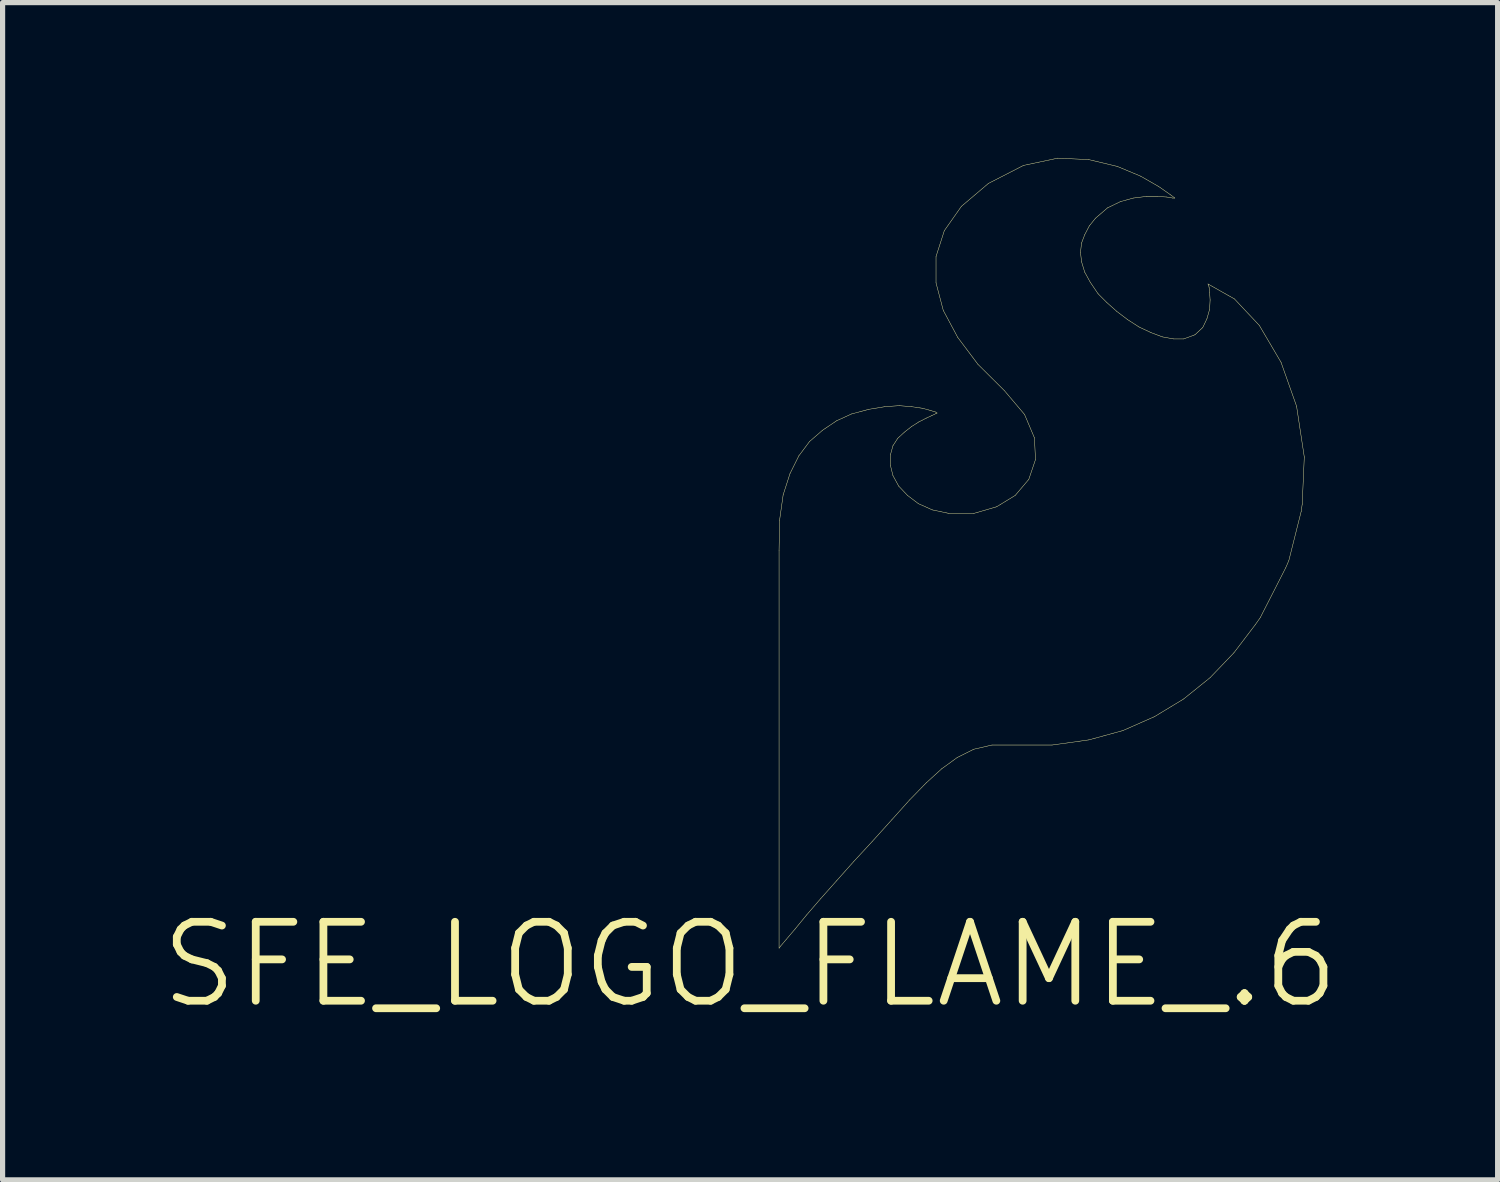
<source format=kicad_pcb>
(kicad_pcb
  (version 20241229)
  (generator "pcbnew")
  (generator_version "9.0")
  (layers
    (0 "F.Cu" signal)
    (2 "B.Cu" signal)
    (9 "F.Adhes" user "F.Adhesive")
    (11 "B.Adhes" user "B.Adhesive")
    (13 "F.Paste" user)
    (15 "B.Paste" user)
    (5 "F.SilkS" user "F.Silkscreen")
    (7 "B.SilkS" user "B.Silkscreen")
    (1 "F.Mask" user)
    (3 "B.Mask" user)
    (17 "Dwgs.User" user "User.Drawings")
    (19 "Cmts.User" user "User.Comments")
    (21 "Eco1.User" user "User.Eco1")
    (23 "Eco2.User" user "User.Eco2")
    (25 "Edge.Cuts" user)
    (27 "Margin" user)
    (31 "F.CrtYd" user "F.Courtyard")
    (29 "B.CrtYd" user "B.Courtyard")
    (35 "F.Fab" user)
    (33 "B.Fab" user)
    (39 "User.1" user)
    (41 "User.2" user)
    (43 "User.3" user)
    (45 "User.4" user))
  (footprint "SFE_LOGO_FLAME_.6"
    (layer "F.Cu")
    (at 11.43 15.571)
    (property "Reference" "SFE_LOGO_FLAME_.6" (at 0 0 0) (layer "F.SilkS") (effects (font (size 1.524 1.524) (thickness 0.15))))
    (attr exclude_from_pos_files exclude_from_bom)
    (fp_line (start 0.559 -7.998) (end 0.559 -0.318) (stroke (width 0.008) (type solid)) (layer "F.SilkS"))
    (fp_line (start 0.559 -0.318) (end 0.589 -0.358) (stroke (width 0.008) (type solid)) (layer "F.SilkS"))
    (fp_line (start 0.569 -8.578) (end 0.559 -7.998) (stroke (width 0.008) (type solid)) (layer "F.SilkS"))
    (fp_line (start 0.589 -0.358) (end 0.699 -0.488) (stroke (width 0.008) (type solid)) (layer "F.SilkS"))
    (fp_line (start 0.638 -9.068) (end 0.569 -8.578) (stroke (width 0.008) (type solid)) (layer "F.SilkS"))
    (fp_line (start 0.699 -0.488) (end 0.869 -0.688) (stroke (width 0.008) (type solid)) (layer "F.SilkS"))
    (fp_line (start 0.77 -9.479) (end 0.638 -9.068) (stroke (width 0.008) (type solid)) (layer "F.SilkS"))
    (fp_line (start 0.869 -0.688) (end 1.09 -0.958) (stroke (width 0.008) (type solid)) (layer "F.SilkS"))
    (fp_line (start 0.94 -9.82) (end 0.77 -9.479) (stroke (width 0.008) (type solid)) (layer "F.SilkS"))
    (fp_line (start 1.09 -0.958) (end 1.359 -1.27) (stroke (width 0.008) (type solid)) (layer "F.SilkS"))
    (fp_line (start 1.148 -10.099) (end 0.94 -9.82) (stroke (width 0.008) (type solid)) (layer "F.SilkS"))
    (fp_line (start 1.359 -1.27) (end 1.669 -1.618) (stroke (width 0.008) (type solid)) (layer "F.SilkS"))
    (fp_line (start 1.4 -10.317) (end 1.148 -10.099) (stroke (width 0.008) (type solid)) (layer "F.SilkS"))
    (fp_line (start 1.669 -10.498) (end 1.4 -10.317) (stroke (width 0.008) (type solid)) (layer "F.SilkS"))
    (fp_line (start 1.669 -1.618) (end 1.999 -1.989) (stroke (width 0.008) (type solid)) (layer "F.SilkS"))
    (fp_line (start 1.958 -10.63) (end 1.669 -10.498) (stroke (width 0.008) (type solid)) (layer "F.SilkS"))
    (fp_line (start 1.999 -1.989) (end 2.36 -2.38) (stroke (width 0.008) (type solid)) (layer "F.SilkS"))
    (fp_line (start 2.289 -10.719) (end 1.958 -10.63) (stroke (width 0.008) (type solid)) (layer "F.SilkS"))
    (fp_line (start 2.36 -2.38) (end 2.738 -2.799) (stroke (width 0.008) (type solid)) (layer "F.SilkS"))
    (fp_line (start 2.598 -10.77) (end 2.289 -10.719) (stroke (width 0.008) (type solid)) (layer "F.SilkS"))
    (fp_line (start 2.708 -9.84) (end 2.758 -10.018) (stroke (width 0.008) (type solid)) (layer "F.SilkS"))
    (fp_line (start 2.708 -9.639) (end 2.708 -9.84) (stroke (width 0.008) (type solid)) (layer "F.SilkS"))
    (fp_line (start 2.738 -2.799) (end 3.078 -3.178) (stroke (width 0.008) (type solid)) (layer "F.SilkS"))
    (fp_line (start 2.758 -10.018) (end 2.85 -10.16) (stroke (width 0.008) (type solid)) (layer "F.SilkS"))
    (fp_line (start 2.758 -9.439) (end 2.708 -9.639) (stroke (width 0.008) (type solid)) (layer "F.SilkS"))
    (fp_line (start 2.85 -10.16) (end 2.979 -10.279) (stroke (width 0.008) (type solid)) (layer "F.SilkS"))
    (fp_line (start 2.868 -9.238) (end 2.758 -9.439) (stroke (width 0.008) (type solid)) (layer "F.SilkS"))
    (fp_line (start 2.878 -10.79) (end 2.598 -10.77) (stroke (width 0.008) (type solid)) (layer "F.SilkS"))
    (fp_line (start 2.979 -10.279) (end 3.119 -10.389) (stroke (width 0.008) (type solid)) (layer "F.SilkS"))
    (fp_line (start 3.038 -9.058) (end 2.868 -9.238) (stroke (width 0.008) (type solid)) (layer "F.SilkS"))
    (fp_line (start 3.078 -3.178) (end 3.399 -3.508) (stroke (width 0.008) (type solid)) (layer "F.SilkS"))
    (fp_line (start 3.119 -10.77) (end 2.878 -10.79) (stroke (width 0.008) (type solid)) (layer "F.SilkS"))
    (fp_line (start 3.119 -10.389) (end 3.259 -10.477) (stroke (width 0.008) (type solid)) (layer "F.SilkS"))
    (fp_line (start 3.249 -8.898) (end 3.038 -9.058) (stroke (width 0.008) (type solid)) (layer "F.SilkS"))
    (fp_line (start 3.259 -10.477) (end 3.399 -10.549) (stroke (width 0.008) (type solid)) (layer "F.SilkS"))
    (fp_line (start 3.33 -10.739) (end 3.119 -10.77) (stroke (width 0.008) (type solid)) (layer "F.SilkS"))
    (fp_line (start 3.399 -10.549) (end 3.508 -10.599) (stroke (width 0.008) (type solid)) (layer "F.SilkS"))
    (fp_line (start 3.399 -3.508) (end 3.698 -3.78) (stroke (width 0.008) (type solid)) (layer "F.SilkS"))
    (fp_line (start 3.48 -10.698) (end 3.33 -10.739) (stroke (width 0.008) (type solid)) (layer "F.SilkS"))
    (fp_line (start 3.508 -10.599) (end 3.589 -10.638) (stroke (width 0.008) (type solid)) (layer "F.SilkS"))
    (fp_line (start 3.518 -8.778) (end 3.249 -8.898) (stroke (width 0.008) (type solid)) (layer "F.SilkS"))
    (fp_line (start 3.579 -10.668) (end 3.48 -10.698) (stroke (width 0.008) (type solid)) (layer "F.SilkS"))
    (fp_line (start 3.589 -13.668) (end 3.589 -13.16) (stroke (width 0.008) (type solid)) (layer "F.SilkS"))
    (fp_line (start 3.589 -13.16) (end 3.729 -12.629) (stroke (width 0.008) (type solid)) (layer "F.SilkS"))
    (fp_line (start 3.589 -10.638) (end 3.609 -10.648) (stroke (width 0.008) (type solid)) (layer "F.SilkS"))
    (fp_line (start 3.609 -10.648) (end 3.579 -10.668) (stroke (width 0.008) (type solid)) (layer "F.SilkS"))
    (fp_line (start 3.698 -3.78) (end 3.998 -3.998) (stroke (width 0.008) (type solid)) (layer "F.SilkS"))
    (fp_line (start 3.729 -12.629) (end 4.008 -12.108) (stroke (width 0.008) (type solid)) (layer "F.SilkS"))
    (fp_line (start 3.749 -14.168) (end 3.589 -13.668) (stroke (width 0.008) (type solid)) (layer "F.SilkS"))
    (fp_line (start 3.838 -8.71) (end 3.518 -8.778) (stroke (width 0.008) (type solid)) (layer "F.SilkS"))
    (fp_line (start 3.998 -3.998) (end 4.318 -4.158) (stroke (width 0.008) (type solid)) (layer "F.SilkS"))
    (fp_line (start 4.008 -12.108) (end 4.399 -11.587) (stroke (width 0.008) (type solid)) (layer "F.SilkS"))
    (fp_line (start 4.079 -14.638) (end 3.749 -14.168) (stroke (width 0.008) (type solid)) (layer "F.SilkS"))
    (fp_line (start 4.318 -8.71) (end 3.838 -8.71) (stroke (width 0.008) (type solid)) (layer "F.SilkS"))
    (fp_line (start 4.318 -4.158) (end 4.669 -4.239) (stroke (width 0.008) (type solid)) (layer "F.SilkS"))
    (fp_line (start 4.399 -11.587) (end 4.91 -11.079) (stroke (width 0.008) (type solid)) (layer "F.SilkS"))
    (fp_line (start 4.6 -15.08) (end 4.079 -14.638) (stroke (width 0.008) (type solid)) (layer "F.SilkS"))
    (fp_line (start 4.669 -4.239) (end 5.829 -4.239) (stroke (width 0.008) (type solid)) (layer "F.SilkS"))
    (fp_line (start 4.76 -8.839) (end 4.318 -8.71) (stroke (width 0.008) (type solid)) (layer "F.SilkS"))
    (fp_line (start 4.91 -11.079) (end 5.298 -10.62) (stroke (width 0.008) (type solid)) (layer "F.SilkS"))
    (fp_line (start 5.118 -9.058) (end 4.76 -8.839) (stroke (width 0.008) (type solid)) (layer "F.SilkS"))
    (fp_line (start 5.278 -15.428) (end 4.6 -15.08) (stroke (width 0.008) (type solid)) (layer "F.SilkS"))
    (fp_line (start 5.298 -10.62) (end 5.489 -10.168) (stroke (width 0.008) (type solid)) (layer "F.SilkS"))
    (fp_line (start 5.38 -9.368) (end 5.118 -9.058) (stroke (width 0.008) (type solid)) (layer "F.SilkS"))
    (fp_line (start 5.489 -10.168) (end 5.509 -9.749) (stroke (width 0.008) (type solid)) (layer "F.SilkS"))
    (fp_line (start 5.509 -9.749) (end 5.38 -9.368) (stroke (width 0.008) (type solid)) (layer "F.SilkS"))
    (fp_line (start 5.829 -4.239) (end 6.538 -4.338) (stroke (width 0.008) (type solid)) (layer "F.SilkS"))
    (fp_line (start 5.939 -15.568) (end 5.278 -15.428) (stroke (width 0.008) (type solid)) (layer "F.SilkS"))
    (fp_line (start 6.378 -13.749) (end 6.398 -13.929) (stroke (width 0.008) (type solid)) (layer "F.SilkS"))
    (fp_line (start 6.398 -13.929) (end 6.459 -14.089) (stroke (width 0.008) (type solid)) (layer "F.SilkS"))
    (fp_line (start 6.398 -13.569) (end 6.378 -13.749) (stroke (width 0.008) (type solid)) (layer "F.SilkS"))
    (fp_line (start 6.459 -14.089) (end 6.548 -14.26) (stroke (width 0.008) (type solid)) (layer "F.SilkS"))
    (fp_line (start 6.459 -13.368) (end 6.398 -13.569) (stroke (width 0.008) (type solid)) (layer "F.SilkS"))
    (fp_line (start 6.538 -15.54) (end 5.939 -15.568) (stroke (width 0.008) (type solid)) (layer "F.SilkS"))
    (fp_line (start 6.538 -4.338) (end 7.198 -4.519) (stroke (width 0.008) (type solid)) (layer "F.SilkS"))
    (fp_line (start 6.548 -14.26) (end 6.668 -14.409) (stroke (width 0.008) (type solid)) (layer "F.SilkS"))
    (fp_line (start 6.568 -13.17) (end 6.459 -13.368) (stroke (width 0.008) (type solid)) (layer "F.SilkS"))
    (fp_line (start 6.668 -14.409) (end 6.899 -14.608) (stroke (width 0.008) (type solid)) (layer "F.SilkS"))
    (fp_line (start 6.718 -12.949) (end 6.568 -13.17) (stroke (width 0.008) (type solid)) (layer "F.SilkS"))
    (fp_line (start 6.888 -12.779) (end 6.718 -12.949) (stroke (width 0.008) (type solid)) (layer "F.SilkS"))
    (fp_line (start 6.899 -14.608) (end 7.148 -14.729) (stroke (width 0.008) (type solid)) (layer "F.SilkS"))
    (fp_line (start 7.079 -12.609) (end 6.888 -12.779) (stroke (width 0.008) (type solid)) (layer "F.SilkS"))
    (fp_line (start 7.089 -15.408) (end 6.538 -15.54) (stroke (width 0.008) (type solid)) (layer "F.SilkS"))
    (fp_line (start 7.148 -14.729) (end 7.399 -14.798) (stroke (width 0.008) (type solid)) (layer "F.SilkS"))
    (fp_line (start 7.198 -4.519) (end 7.808 -4.788) (stroke (width 0.008) (type solid)) (layer "F.SilkS"))
    (fp_line (start 7.29 -12.449) (end 7.079 -12.609) (stroke (width 0.008) (type solid)) (layer "F.SilkS"))
    (fp_line (start 7.399 -14.798) (end 7.648 -14.829) (stroke (width 0.008) (type solid)) (layer "F.SilkS"))
    (fp_line (start 7.508 -12.309) (end 7.29 -12.449) (stroke (width 0.008) (type solid)) (layer "F.SilkS"))
    (fp_line (start 7.539 -15.22) (end 7.089 -15.408) (stroke (width 0.008) (type solid)) (layer "F.SilkS"))
    (fp_line (start 7.648 -14.829) (end 7.859 -14.829) (stroke (width 0.008) (type solid)) (layer "F.SilkS"))
    (fp_line (start 7.739 -12.2) (end 7.508 -12.309) (stroke (width 0.008) (type solid)) (layer "F.SilkS"))
    (fp_line (start 7.808 -4.788) (end 8.369 -5.128) (stroke (width 0.008) (type solid)) (layer "F.SilkS"))
    (fp_line (start 7.859 -14.829) (end 8.039 -14.818) (stroke (width 0.008) (type solid)) (layer "F.SilkS"))
    (fp_line (start 7.889 -15.019) (end 7.539 -15.22) (stroke (width 0.008) (type solid)) (layer "F.SilkS"))
    (fp_line (start 7.958 -12.118) (end 7.739 -12.2) (stroke (width 0.008) (type solid)) (layer "F.SilkS"))
    (fp_line (start 8.039 -14.818) (end 8.158 -14.798) (stroke (width 0.008) (type solid)) (layer "F.SilkS"))
    (fp_line (start 8.118 -14.859) (end 7.889 -15.019) (stroke (width 0.008) (type solid)) (layer "F.SilkS"))
    (fp_line (start 8.158 -14.798) (end 8.199 -14.798) (stroke (width 0.008) (type solid)) (layer "F.SilkS"))
    (fp_line (start 8.179 -12.078) (end 7.958 -12.118) (stroke (width 0.008) (type solid)) (layer "F.SilkS"))
    (fp_line (start 8.199 -14.798) (end 8.118 -14.859) (stroke (width 0.008) (type solid)) (layer "F.SilkS"))
    (fp_line (start 8.369 -12.078) (end 8.179 -12.078) (stroke (width 0.008) (type solid)) (layer "F.SilkS"))
    (fp_line (start 8.369 -5.128) (end 8.88 -5.54) (stroke (width 0.008) (type solid)) (layer "F.SilkS"))
    (fp_line (start 8.588 -12.159) (end 8.369 -12.078) (stroke (width 0.008) (type solid)) (layer "F.SilkS"))
    (fp_line (start 8.738 -12.299) (end 8.588 -12.159) (stroke (width 0.008) (type solid)) (layer "F.SilkS"))
    (fp_line (start 8.819 -12.469) (end 8.738 -12.299) (stroke (width 0.008) (type solid)) (layer "F.SilkS"))
    (fp_line (start 8.839 -13.139) (end 8.849 -13.119) (stroke (width 0.008) (type solid)) (layer "F.SilkS"))
    (fp_line (start 8.849 -13.119) (end 8.86 -13.078) (stroke (width 0.008) (type solid)) (layer "F.SilkS"))
    (fp_line (start 8.86 -13.078) (end 8.87 -12.979) (stroke (width 0.008) (type solid)) (layer "F.SilkS"))
    (fp_line (start 8.87 -12.979) (end 8.88 -12.83) (stroke (width 0.008) (type solid)) (layer "F.SilkS"))
    (fp_line (start 8.87 -12.649) (end 8.819 -12.469) (stroke (width 0.008) (type solid)) (layer "F.SilkS"))
    (fp_line (start 8.88 -12.83) (end 8.87 -12.649) (stroke (width 0.008) (type solid)) (layer "F.SilkS"))
    (fp_line (start 8.88 -5.54) (end 9.34 -6.02) (stroke (width 0.008) (type solid)) (layer "F.SilkS"))
    (fp_line (start 9.34 -6.02) (end 9.749 -6.558) (stroke (width 0.008) (type solid)) (layer "F.SilkS"))
    (fp_line (start 9.35 -12.85) (end 8.839 -13.139) (stroke (width 0.008) (type solid)) (layer "F.SilkS"))
    (fp_line (start 9.749 -6.558) (end 9.848 -6.698) (stroke (width 0.008) (type solid)) (layer "F.SilkS"))
    (fp_line (start 9.83 -12.339) (end 9.35 -12.85) (stroke (width 0.008) (type solid)) (layer "F.SilkS"))
    (fp_line (start 9.848 -6.698) (end 10.338 -7.658) (stroke (width 0.008) (type solid)) (layer "F.SilkS"))
    (fp_line (start 10.249 -11.628) (end 9.83 -12.339) (stroke (width 0.008) (type solid)) (layer "F.SilkS"))
    (fp_line (start 10.338 -7.658) (end 10.399 -7.798) (stroke (width 0.008) (type solid)) (layer "F.SilkS"))
    (fp_line (start 10.399 -7.798) (end 10.638 -8.748) (stroke (width 0.008) (type solid)) (layer "F.SilkS"))
    (fp_line (start 10.549 -10.78) (end 10.249 -11.628) (stroke (width 0.008) (type solid)) (layer "F.SilkS"))
    (fp_line (start 10.638 -8.748) (end 10.658 -8.89) (stroke (width 0.008) (type solid)) (layer "F.SilkS"))
    (fp_line (start 10.658 -8.89) (end 10.698 -9.799) (stroke (width 0.008) (type solid)) (layer "F.SilkS"))
    (fp_line (start 10.698 -9.799) (end 10.549 -10.78) (stroke (width 0.008) (type solid)) (layer "F.SilkS")))
  (gr_rect
    (start -3 -3)
    (end 25.86 19.726)
    (stroke (width 0.1) (type default))
    (fill no)
    (layer "Edge.Cuts")))
</source>
